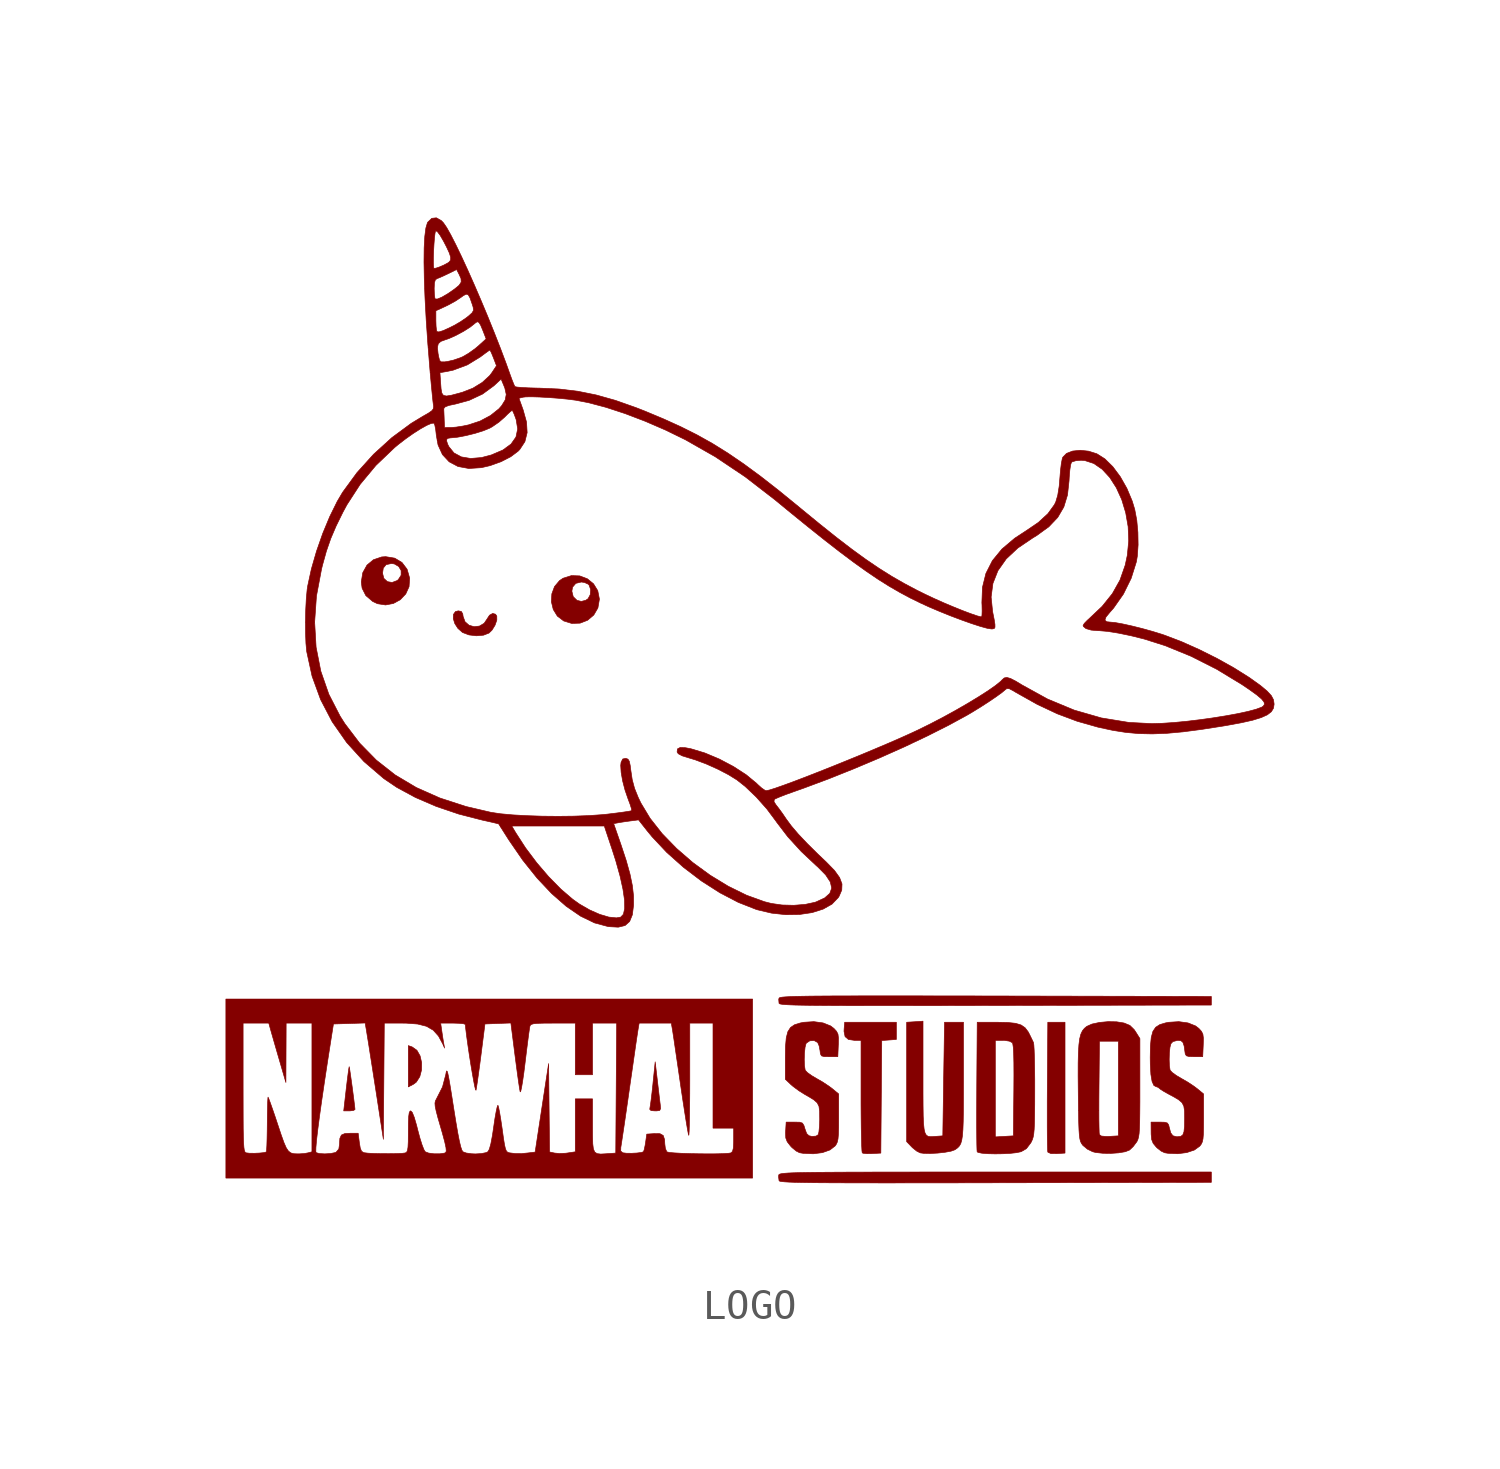
<source format=kicad_sym>
(kicad_symbol_lib
  (version 20210619)
  (generator bitmap2component)
  (symbol "LOGO"
    (pin_names
      (offset 1.016))
    (property "Reference" "#G"
      (at 0 20.162 0)
      (effects (font (size 1.27 1.27)) hide))
    (symbol "LOGO_0_0"
      (polyline (pts (xy 5.846 -17.662) (xy 6.695 -17.662) (xy 7.647 -17.66) (xy 8.707 -17.658) (xy 15.825 -17.644) (xy 15.825 -17.303) (xy 8.078 -17.303) (xy 7.093 -17.303) (xy 6.212 -17.303) (xy 5.43 -17.304) (xy 4.741 -17.305) (xy 4.139 -17.306) (xy 3.617 -17.308) (xy 3.171 -17.311) (xy 2.794 -17.314) (xy 2.48 -17.318) (xy 2.224 -17.323) (xy 2.019 -17.329) (xy 1.861 -17.336) (xy 1.742 -17.345) (xy 1.658 -17.354) (xy 1.602 -17.365) (xy 1.568 -17.377) (xy 1.551 -17.39) (xy 1.544 -17.405) (xy 1.539 -17.464) (xy 1.556 -17.59) (xy 1.563 -17.598) (xy 1.593 -17.609) (xy 1.653 -17.619) (xy 1.747 -17.628) (xy 1.882 -17.636) (xy 2.063 -17.643) (xy 2.296 -17.648) (xy 2.586 -17.653) (xy 2.939 -17.657) (xy 3.361 -17.659) (xy 3.857 -17.661) (xy 4.432 -17.662) (xy 5.094 -17.663) (xy 5.846 -17.662)) (stroke (width 0.01)) (fill (type outline)))
      (polyline (pts (xy 0.682 -11.592) (xy -16.706 -11.592) (xy -16.706 -12.387) (xy -16.138 -12.387) (xy -15.29 -12.387) (xy -15.231 -12.601) (xy -15.225 -12.621) (xy -15.181 -12.775) (xy -15.115 -13.005) (xy -15.035 -13.282) (xy -14.948 -13.581) (xy -14.725 -14.348) (xy -14.717 -12.387) (xy -13.865 -12.387) (xy -13.865 -16.63) (xy -13.737 -16.63) (xy -13.734 -16.491) (xy -13.713 -16.247) (xy -13.673 -15.905) (xy -13.616 -15.468) (xy -13.542 -14.941) (xy -13.452 -14.329) (xy -13.347 -13.638) (xy -13.227 -12.87) (xy -13.155 -12.416) (xy -12.632 -12.4) (xy -12.109 -12.383) (xy -12.077 -12.57) (xy -12.07 -12.607) (xy -12.042 -12.784) (xy -11.999 -13.047) (xy -11.947 -13.379) (xy -11.887 -13.76) (xy -11.823 -14.171) (xy -11.757 -14.594) (xy -11.693 -15.009) (xy -11.633 -15.399) (xy -11.507 -16.223) (xy -11.492 -14.305) (xy -11.477 -12.387) (xy -10.879 -12.387) (xy -10.748 -12.389) (xy -10.373 -12.418) (xy -10.084 -12.492) (xy -9.861 -12.621) (xy -9.688 -12.813) (xy -9.545 -13.078) (xy -9.487 -13.211) (xy -9.512 -13.069) (xy -9.521 -13.023) (xy -9.548 -12.852) (xy -9.577 -12.657) (xy -9.616 -12.387) (xy -9.212 -12.387) (xy -9.191 -12.387) (xy -8.997 -12.394) (xy -8.858 -12.409) (xy -8.803 -12.43) (xy -8.789 -12.568) (xy -8.757 -12.829) (xy -8.716 -13.124) (xy -8.67 -13.435) (xy -8.622 -13.743) (xy -8.574 -14.03) (xy -8.53 -14.278) (xy -8.493 -14.469) (xy -8.465 -14.583) (xy -8.449 -14.604) (xy -8.434 -14.521) (xy -8.406 -14.339) (xy -8.37 -14.084) (xy -8.328 -13.777) (xy -8.284 -13.439) (xy -8.154 -12.416) (xy -7.726 -12.399) (xy -7.298 -12.383) (xy -7.162 -13.451) (xy -7.118 -13.79) (xy -7.076 -14.103) (xy -7.039 -14.365) (xy -7.01 -14.555) (xy -6.992 -14.652) (xy -6.99 -14.657) (xy -6.971 -14.631) (xy -6.944 -14.508) (xy -6.909 -14.3) (xy -6.869 -14.021) (xy -6.827 -13.686) (xy -6.824 -13.659) (xy -6.782 -13.314) (xy -6.743 -13.005) (xy -6.71 -12.752) (xy -6.684 -12.572) (xy -6.669 -12.487) (xy -6.661 -12.466) (xy -6.626 -12.431) (xy -6.551 -12.409) (xy -6.419 -12.395) (xy -6.21 -12.389) (xy -5.906 -12.387) (xy -5.171 -12.387) (xy -5.171 -14.092) (xy -4.603 -14.092) (xy -4.603 -12.387) (xy -3.806 -12.387) (xy -3.835 -16.61) (xy -3.672 -16.61) (xy -3.669 -16.488) (xy -3.663 -16.456) (xy -3.641 -16.314) (xy -3.606 -16.081) (xy -3.56 -15.774) (xy -3.506 -15.405) (xy -3.446 -14.991) (xy -3.383 -14.547) (xy -3.352 -14.331) (xy -3.289 -13.896) (xy -3.232 -13.498) (xy -3.182 -13.151) (xy -3.141 -12.871) (xy -3.111 -12.673) (xy -3.095 -12.572) (xy -3.063 -12.387) (xy -2.002 -12.387) (xy -1.97 -12.572) (xy -1.967 -12.585) (xy -1.948 -12.709) (xy -1.915 -12.926) (xy -1.872 -13.221) (xy -1.82 -13.576) (xy -1.761 -13.976) (xy -1.699 -14.405) (xy -1.682 -14.521) (xy -1.621 -14.933) (xy -1.564 -15.303) (xy -1.514 -15.619) (xy -1.473 -15.866) (xy -1.443 -16.028) (xy -1.426 -16.092) (xy -1.421 -16.073) (xy -1.413 -15.958) (xy -1.406 -15.751) (xy -1.4 -15.464) (xy -1.396 -15.112) (xy -1.393 -14.706) (xy -1.392 -14.26) (xy -1.392 -12.387) (xy -0.625 -12.387) (xy -0.625 -15.854) (xy 0.057 -15.854) (xy 0.057 -16.245) (xy 0.056 -16.325) (xy 0.046 -16.516) (xy 0.018 -16.624) (xy -0.032 -16.671) (xy -0.098 -16.683) (xy -0.263 -16.695) (xy -0.497 -16.702) (xy -0.777 -16.704) (xy -1.081 -16.701) (xy -1.384 -16.695) (xy -1.665 -16.685) (xy -1.9 -16.672) (xy -2.068 -16.657) (xy -2.144 -16.638) (xy -2.152 -16.63) (xy -2.198 -16.526) (xy -2.217 -16.372) (xy -2.224 -16.232) (xy -2.269 -16.097) (xy -2.375 -16.038) (xy -2.562 -16.035) (xy -2.812 -16.052) (xy -2.851 -16.328) (xy -2.866 -16.421) (xy -2.896 -16.564) (xy -2.921 -16.634) (xy -2.993 -16.658) (xy -3.138 -16.676) (xy -3.316 -16.685) (xy -3.483 -16.683) (xy -3.598 -16.669) (xy -3.605 -16.667) (xy -3.672 -16.61) (xy -3.835 -16.61) (xy -3.836 -16.678) (xy -4.087 -16.695) (xy -4.166 -16.701) (xy -4.333 -16.71) (xy -4.451 -16.696) (xy -4.528 -16.646) (xy -4.574 -16.543) (xy -4.595 -16.373) (xy -4.602 -16.119) (xy -4.603 -15.767) (xy -4.603 -14.888) (xy -5.171 -14.888) (xy -5.171 -16.636) (xy -5.429 -16.675) (xy -5.49 -16.683) (xy -5.692 -16.692) (xy -5.855 -16.677) (xy -6.021 -16.641) (xy -6.037 -15.182) (xy -6.052 -13.723) (xy -6.497 -16.645) (xy -6.729 -16.673) (xy -6.942 -16.694) (xy -7.143 -16.695) (xy -7.334 -16.671) (xy -7.342 -16.67) (xy -7.399 -16.653) (xy -7.442 -16.616) (xy -7.476 -16.54) (xy -7.507 -16.407) (xy -7.541 -16.197) (xy -7.583 -15.894) (xy -7.592 -15.832) (xy -7.633 -15.558) (xy -7.671 -15.33) (xy -7.703 -15.17) (xy -7.724 -15.101) (xy -7.729 -15.101) (xy -7.753 -15.165) (xy -7.786 -15.318) (xy -7.825 -15.539) (xy -7.865 -15.811) (xy -7.906 -16.09) (xy -7.959 -16.371) (xy -8.009 -16.55) (xy -8.058 -16.635) (xy -8.118 -16.663) (xy -8.273 -16.694) (xy -8.467 -16.706) (xy -8.598 -16.7) (xy -8.772 -16.675) (xy -8.88 -16.635) (xy -8.915 -16.582) (xy -8.954 -16.467) (xy -8.999 -16.279) (xy -9.052 -16.008) (xy -9.114 -15.645) (xy -9.189 -15.179) (xy -9.251 -14.783) (xy -9.304 -14.452) (xy -9.345 -14.215) (xy -9.376 -14.061) (xy -9.399 -13.982) (xy -9.418 -13.966) (xy -9.432 -14.004) (xy -9.447 -14.087) (xy -9.554 -14.493) (xy -9.771 -14.921) (xy -9.79 -14.957) (xy -9.804 -15.028) (xy -9.797 -15.131) (xy -9.765 -15.287) (xy -9.706 -15.513) (xy -9.614 -15.829) (xy -9.559 -16.02) (xy -9.483 -16.302) (xy -9.441 -16.495) (xy -9.431 -16.611) (xy -9.45 -16.661) (xy -9.494 -16.68) (xy -9.647 -16.702) (xy -9.836 -16.701) (xy -10.012 -16.678) (xy -10.125 -16.635) (xy -10.167 -16.567) (xy -10.23 -16.407) (xy -10.3 -16.185) (xy -10.37 -15.925) (xy -10.41 -15.764) (xy -10.488 -15.497) (xy -10.552 -15.338) (xy -10.604 -15.285) (xy -10.627 -15.293) (xy -10.654 -15.347) (xy -10.671 -15.466) (xy -10.68 -15.666) (xy -10.683 -15.963) (xy -10.683 -16.032) (xy -10.685 -16.302) (xy -10.694 -16.481) (xy -10.711 -16.59) (xy -10.74 -16.648) (xy -10.783 -16.673) (xy -10.786 -16.674) (xy -10.894 -16.687) (xy -11.082 -16.695) (xy -11.319 -16.698) (xy -11.575 -16.697) (xy -11.818 -16.691) (xy -12.016 -16.681) (xy -12.14 -16.666) (xy -12.157 -16.662) (xy -12.226 -16.618) (xy -12.269 -16.518) (xy -12.3 -16.332) (xy -12.339 -16.024) (xy -12.613 -16.024) (xy -12.781 -16.034) (xy -12.893 -16.083) (xy -12.944 -16.195) (xy -12.956 -16.396) (xy -12.978 -16.544) (xy -13.066 -16.647) (xy -13.101 -16.662) (xy -13.254 -16.693) (xy -13.442 -16.704) (xy -13.617 -16.694) (xy -13.729 -16.663) (xy -13.737 -16.63) (xy -13.865 -16.63) (xy -13.865 -16.636) (xy -13.993 -16.67) (xy -14.119 -16.693) (xy -14.291 -16.704) (xy -14.337 -16.704) (xy -14.463 -16.699) (xy -14.56 -16.673) (xy -14.64 -16.613) (xy -14.713 -16.505) (xy -14.789 -16.332) (xy -14.879 -16.081) (xy -14.994 -15.736) (xy -15.07 -15.507) (xy -15.162 -15.238) (xy -15.238 -15.023) (xy -15.29 -14.882) (xy -15.314 -14.831) (xy -15.318 -14.851) (xy -15.325 -14.964) (xy -15.331 -15.159) (xy -15.336 -15.419) (xy -15.339 -15.722) (xy -15.341 -15.906) (xy -15.346 -16.19) (xy -15.353 -16.421) (xy -15.362 -16.577) (xy -15.371 -16.64) (xy -15.371 -16.64) (xy -15.446 -16.662) (xy -15.592 -16.677) (xy -15.767 -16.685) (xy -15.93 -16.683) (xy -16.038 -16.67) (xy -16.06 -16.66) (xy -16.081 -16.631) (xy -16.099 -16.576) (xy -16.112 -16.482) (xy -16.122 -16.339) (xy -16.129 -16.137) (xy -16.134 -15.864) (xy -16.136 -15.51) (xy -16.137 -15.063) (xy -16.138 -14.514) (xy -16.138 -12.387) (xy -16.706 -12.387) (xy -16.706 -17.502) (xy 0.682 -17.502) (xy 0.682 -11.592)) (stroke (width 0.01)) (fill (type outline)))
      (polyline (pts (xy 2.986 -16.663) (xy 3.236 -16.574) (xy 3.407 -16.441) (xy 3.44 -16.394) (xy 3.477 -16.317) (xy 3.501 -16.211) (xy 3.515 -16.055) (xy 3.522 -15.828) (xy 3.523 -15.509) (xy 3.523 -14.726) (xy 3.315 -14.554) (xy 3.201 -14.469) (xy 2.994 -14.332) (xy 2.781 -14.209) (xy 2.623 -14.116) (xy 2.487 -14.017) (xy 2.421 -13.945) (xy 2.417 -13.934) (xy 2.394 -13.791) (xy 2.387 -13.59) (xy 2.394 -13.374) (xy 2.414 -13.184) (xy 2.445 -13.066) (xy 2.458 -13.046) (xy 2.57 -12.971) (xy 2.713 -12.963) (xy 2.83 -13.027) (xy 2.833 -13.032) (xy 2.879 -13.142) (xy 2.908 -13.297) (xy 2.921 -13.402) (xy 2.956 -13.468) (xy 3.042 -13.492) (xy 3.211 -13.495) (xy 3.495 -13.495) (xy 3.511 -13.11) (xy 3.513 -13.08) (xy 3.516 -12.88) (xy 3.5 -12.752) (xy 3.453 -12.659) (xy 3.366 -12.563) (xy 3.257 -12.48) (xy 3.009 -12.381) (xy 2.704 -12.339) (xy 2.373 -12.36) (xy 2.251 -12.384) (xy 2.066 -12.442) (xy 1.934 -12.532) (xy 1.846 -12.67) (xy 1.793 -12.873) (xy 1.768 -13.157) (xy 1.762 -13.538) (xy 1.762 -14.24) (xy 1.946 -14.415) (xy 2.024 -14.482) (xy 2.215 -14.623) (xy 2.415 -14.748) (xy 2.511 -14.802) (xy 2.699 -14.916) (xy 2.814 -15.017) (xy 2.873 -15.133) (xy 2.894 -15.296) (xy 2.897 -15.536) (xy 2.897 -15.593) (xy 2.888 -15.811) (xy 2.871 -15.982) (xy 2.848 -16.071) (xy 2.775 -16.118) (xy 2.638 -16.128) (xy 2.542 -16.105) (xy 2.467 -16.034) (xy 2.411 -15.882) (xy 2.376 -15.767) (xy 2.327 -15.688) (xy 2.236 -15.659) (xy 2.069 -15.655) (xy 1.79 -15.655) (xy 1.773 -15.948) (xy 1.77 -16.011) (xy 1.777 -16.179) (xy 1.825 -16.304) (xy 1.932 -16.442) (xy 1.984 -16.497) (xy 2.121 -16.61) (xy 2.233 -16.666) (xy 2.346 -16.685) (xy 2.68 -16.701) (xy 2.986 -16.663)) (stroke (width 0.01)) (fill (type outline)))
      (polyline (pts (xy 4.629 -16.694) (xy 4.915 -16.678) (xy 4.93 -14.82) (xy 4.945 -12.962) (xy 5.427 -12.927) (xy 5.427 -12.359) (xy 3.722 -12.359) (xy 3.704 -12.576) (xy 3.7 -12.659) (xy 3.735 -12.833) (xy 3.845 -12.927) (xy 4.041 -12.956) (xy 4.262 -12.956) (xy 4.262 -14.793) (xy 4.262 -15.06) (xy 4.265 -15.486) (xy 4.269 -15.868) (xy 4.276 -16.191) (xy 4.283 -16.442) (xy 4.292 -16.606) (xy 4.302 -16.671) (xy 4.334 -16.684) (xy 4.457 -16.697) (xy 4.629 -16.694)) (stroke (width 0.01)) (fill (type outline)))
      (polyline (pts (xy 6.792 -16.678) (xy 7.034 -16.651) (xy 7.235 -16.614) (xy 7.359 -16.569) (xy 7.385 -16.552) (xy 7.454 -16.501) (xy 7.509 -16.442) (xy 7.553 -16.365) (xy 7.585 -16.256) (xy 7.609 -16.105) (xy 7.625 -15.898) (xy 7.635 -15.626) (xy 7.64 -15.275) (xy 7.642 -14.834) (xy 7.643 -14.291) (xy 7.643 -12.359) (xy 7.018 -12.359) (xy 6.989 -14.234) (xy 6.961 -16.109) (xy 6.715 -16.127) (xy 6.645 -16.132) (xy 6.55 -16.136) (xy 6.475 -16.125) (xy 6.417 -16.087) (xy 6.374 -16.012) (xy 6.344 -15.888) (xy 6.325 -15.706) (xy 6.314 -15.454) (xy 6.309 -15.12) (xy 6.307 -14.695) (xy 6.307 -14.167) (xy 6.307 -12.324) (xy 6.037 -12.342) (xy 5.768 -12.359) (xy 5.768 -16.301) (xy 5.932 -16.472) (xy 5.964 -16.504) (xy 6.1 -16.613) (xy 6.216 -16.671) (xy 6.33 -16.686) (xy 6.546 -16.691) (xy 6.792 -16.678)) (stroke (width 0.01)) (fill (type outline)))
      (polyline (pts (xy 8.94 -16.7) (xy 9.187 -16.687) (xy 9.397 -16.664) (xy 9.546 -16.632) (xy 9.72 -16.532) (xy 9.868 -16.337) (xy 9.884 -16.306) (xy 9.918 -16.233) (xy 9.944 -16.149) (xy 9.963 -16.042) (xy 9.977 -15.895) (xy 9.986 -15.694) (xy 9.991 -15.424) (xy 9.995 -15.07) (xy 9.996 -14.617) (xy 9.996 -14.247) (xy 9.992 -13.873) (xy 9.986 -13.547) (xy 9.977 -13.287) (xy 9.966 -13.108) (xy 9.953 -13.026) (xy 9.898 -12.912) (xy 9.825 -12.762) (xy 9.78 -12.676) (xy 9.678 -12.541) (xy 9.546 -12.45) (xy 9.363 -12.394) (xy 9.108 -12.367) (xy 8.761 -12.359) (xy 8.097 -12.359) (xy 8.082 -14.461) (xy 8.082 -14.481) (xy 8.08 -14.96) (xy 8.079 -15.403) (xy 8.079 -15.798) (xy 8.081 -16.132) (xy 8.081 -16.144) (xy 8.694 -16.144) (xy 8.694 -12.956) (xy 8.943 -12.956) (xy 8.995 -12.957) (xy 9.159 -12.983) (xy 9.256 -13.034) (xy 9.27 -13.066) (xy 9.288 -13.186) (xy 9.3 -13.394) (xy 9.307 -13.697) (xy 9.309 -14.1) (xy 9.306 -14.611) (xy 9.291 -16.109) (xy 8.992 -16.127) (xy 8.694 -16.144) (xy 8.081 -16.144) (xy 8.084 -16.392) (xy 8.089 -16.563) (xy 8.095 -16.635) (xy 8.126 -16.656) (xy 8.251 -16.682) (xy 8.446 -16.698) (xy 8.685 -16.704) (xy 8.94 -16.7)) (stroke (width 0.01)) (fill (type outline)))
      (polyline (pts (xy 10.995 -16.678) (xy 10.995 -12.359) (xy 10.427 -12.359) (xy 10.412 -14.461) (xy 10.412 -14.481) (xy 10.409 -14.96) (xy 10.409 -15.403) (xy 10.409 -15.799) (xy 10.411 -16.133) (xy 10.415 -16.393) (xy 10.42 -16.566) (xy 10.426 -16.638) (xy 10.434 -16.652) (xy 10.528 -16.692) (xy 10.725 -16.695) (xy 10.995 -16.678)) (stroke (width 0.01)) (fill (type outline)))
      (polyline (pts (xy 12.765 -16.67) (xy 12.983 -16.633) (xy 13.123 -16.578) (xy 13.127 -16.576) (xy 13.248 -16.46) (xy 13.36 -16.311) (xy 13.374 -16.288) (xy 13.402 -16.225) (xy 13.424 -16.144) (xy 13.441 -16.032) (xy 13.452 -15.874) (xy 13.46 -15.657) (xy 13.464 -15.367) (xy 13.467 -14.992) (xy 13.467 -14.516) (xy 13.467 -12.897) (xy 13.326 -12.673) (xy 13.278 -12.602) (xy 13.136 -12.463) (xy 12.942 -12.383) (xy 12.94 -12.383) (xy 12.697 -12.344) (xy 12.416 -12.339) (xy 12.133 -12.365) (xy 11.886 -12.418) (xy 11.714 -12.495) (xy 11.636 -12.559) (xy 11.57 -12.642) (xy 11.518 -12.751) (xy 11.48 -12.9) (xy 11.454 -13.101) (xy 11.437 -13.367) (xy 11.429 -13.708) (xy 11.428 -14.139) (xy 11.433 -14.671) (xy 11.436 -14.978) (xy 11.44 -15.264) (xy 12.113 -15.264) (xy 12.114 -14.894) (xy 12.117 -14.489) (xy 12.132 -12.984) (xy 12.757 -12.984) (xy 12.757 -16.109) (xy 12.458 -16.127) (xy 12.357 -16.13) (xy 12.197 -16.116) (xy 12.13 -16.069) (xy 12.123 -16) (xy 12.118 -15.832) (xy 12.114 -15.582) (xy 12.113 -15.264) (xy 11.44 -15.264) (xy 11.442 -15.379) (xy 11.448 -15.688) (xy 11.457 -15.92) (xy 11.469 -16.088) (xy 11.485 -16.207) (xy 11.506 -16.29) (xy 11.534 -16.351) (xy 11.57 -16.404) (xy 11.586 -16.424) (xy 11.733 -16.547) (xy 11.911 -16.634) (xy 12.012 -16.659) (xy 12.245 -16.684) (xy 12.508 -16.688) (xy 12.765 -16.67)) (stroke (width 0.01)) (fill (type outline)))
      (polyline (pts (xy 15.014 -16.661) (xy 15.267 -16.576) (xy 15.442 -16.45) (xy 15.491 -16.386) (xy 15.527 -16.311) (xy 15.55 -16.208) (xy 15.563 -16.055) (xy 15.568 -15.831) (xy 15.57 -15.514) (xy 15.57 -14.726) (xy 15.361 -14.554) (xy 15.248 -14.469) (xy 15.041 -14.332) (xy 14.827 -14.209) (xy 14.67 -14.116) (xy 14.533 -14.017) (xy 14.467 -13.945) (xy 14.463 -13.934) (xy 14.441 -13.791) (xy 14.434 -13.59) (xy 14.44 -13.374) (xy 14.46 -13.184) (xy 14.492 -13.066) (xy 14.558 -12.996) (xy 14.718 -12.956) (xy 14.722 -12.956) (xy 14.825 -12.969) (xy 14.888 -13.024) (xy 14.928 -13.144) (xy 14.957 -13.353) (xy 14.965 -13.405) (xy 15 -13.465) (xy 15.087 -13.49) (xy 15.257 -13.495) (xy 15.541 -13.495) (xy 15.558 -13.11) (xy 15.559 -13.08) (xy 15.563 -12.88) (xy 15.546 -12.752) (xy 15.499 -12.659) (xy 15.413 -12.563) (xy 15.304 -12.48) (xy 15.055 -12.381) (xy 14.751 -12.339) (xy 14.42 -12.36) (xy 14.318 -12.379) (xy 14.126 -12.436) (xy 13.989 -12.524) (xy 13.897 -12.66) (xy 13.842 -12.86) (xy 13.815 -13.141) (xy 13.808 -13.518) (xy 13.811 -13.746) (xy 13.83 -14.081) (xy 13.869 -14.312) (xy 13.929 -14.446) (xy 14.011 -14.49) (xy 14.036 -14.492) (xy 14.102 -14.533) (xy 14.146 -14.571) (xy 14.266 -14.647) (xy 14.433 -14.74) (xy 14.543 -14.798) (xy 14.737 -14.91) (xy 14.855 -15.01) (xy 14.917 -15.126) (xy 14.941 -15.285) (xy 14.944 -15.517) (xy 14.944 -15.525) (xy 14.94 -15.797) (xy 14.922 -15.975) (xy 14.883 -16.078) (xy 14.816 -16.126) (xy 14.714 -16.138) (xy 14.671 -16.137) (xy 14.556 -16.105) (xy 14.486 -16.011) (xy 14.436 -15.83) (xy 14.418 -15.753) (xy 14.376 -15.686) (xy 14.287 -15.66) (xy 14.118 -15.655) (xy 13.836 -15.655) (xy 13.838 -15.979) (xy 13.839 -16.056) (xy 13.856 -16.231) (xy 13.905 -16.355) (xy 14.002 -16.473) (xy 14.033 -16.505) (xy 14.169 -16.612) (xy 14.285 -16.667) (xy 14.391 -16.684) (xy 14.713 -16.699) (xy 15.014 -16.661)) (stroke (width 0.01)) (fill (type outline)))
      (polyline (pts (xy 5.857 -11.81) (xy 6.703 -11.809) (xy 7.651 -11.807) (xy 8.707 -11.805) (xy 15.825 -11.791) (xy 15.825 -11.507) (xy 8.707 -11.492) (xy 7.669 -11.49) (xy 6.719 -11.489) (xy 5.872 -11.488) (xy 5.121 -11.487) (xy 4.461 -11.488) (xy 3.886 -11.489) (xy 3.391 -11.49) (xy 2.97 -11.493) (xy 2.616 -11.496) (xy 2.325 -11.501) (xy 2.091 -11.506) (xy 1.908 -11.513) (xy 1.77 -11.521) (xy 1.671 -11.529) (xy 1.606 -11.539) (xy 1.569 -11.551) (xy 1.555 -11.563) (xy 1.544 -11.606) (xy 1.555 -11.734) (xy 1.569 -11.747) (xy 1.605 -11.758) (xy 1.669 -11.768) (xy 1.768 -11.777) (xy 1.905 -11.784) (xy 2.087 -11.791) (xy 2.321 -11.796) (xy 2.611 -11.801) (xy 2.963 -11.804) (xy 3.383 -11.807) (xy 3.877 -11.809) (xy 4.45 -11.81) (xy 5.108 -11.81) (xy 5.857 -11.81)) (stroke (width 0.01)) (fill (type outline)))
      (polyline (pts (xy -3.529 -9.166) (xy -3.378 -9.033) (xy -3.288 -8.812) (xy -3.248 -8.493) (xy -3.249 -8.19) (xy -3.287 -7.85) (xy -3.366 -7.467) (xy -3.49 -7.022) (xy -3.664 -6.495) (xy -3.905 -5.802) (xy -3.757 -5.774) (xy -3.714 -5.766) (xy -3.541 -5.739) (xy -3.345 -5.712) (xy -3.083 -5.678) (xy -2.796 -6.043) (xy -2.635 -6.238) (xy -2.15 -6.754) (xy -1.6 -7.244) (xy -1.01 -7.693) (xy -0.399 -8.084) (xy 0.21 -8.402) (xy 0.795 -8.632) (xy 0.839 -8.646) (xy 1.31 -8.757) (xy 1.78 -8.808) (xy 2.231 -8.801) (xy 2.647 -8.739) (xy 3.01 -8.624) (xy 3.303 -8.459) (xy 3.509 -8.245) (xy 3.536 -8.202) (xy 3.625 -7.996) (xy 3.633 -7.794) (xy 3.553 -7.582) (xy 3.383 -7.346) (xy 3.116 -7.072) (xy 2.846 -6.816) (xy 2.479 -6.453) (xy 2.188 -6.145) (xy 1.962 -5.88) (xy 1.793 -5.651) (xy 1.669 -5.468) (xy 1.545 -5.298) (xy 1.456 -5.184) (xy 1.389 -5.082) (xy 1.396 -5.004) (xy 1.44 -4.979) (xy 1.577 -4.92) (xy 1.777 -4.842) (xy 2.017 -4.756) (xy 2.364 -4.633) (xy 3.185 -4.327) (xy 4.025 -3.991) (xy 4.862 -3.638) (xy 5.676 -3.275) (xy 6.443 -2.912) (xy 7.144 -2.559) (xy 7.756 -2.226) (xy 7.934 -2.121) (xy 8.206 -1.954) (xy 8.475 -1.78) (xy 8.717 -1.616) (xy 8.909 -1.477) (xy 9.026 -1.379) (xy 9.072 -1.345) (xy 9.152 -1.347) (xy 9.282 -1.414) (xy 9.383 -1.475) (xy 10.078 -1.865) (xy 10.739 -2.176) (xy 11.395 -2.422) (xy 12.075 -2.615) (xy 12.121 -2.626) (xy 12.572 -2.723) (xy 13.003 -2.791) (xy 13.432 -2.83) (xy 13.877 -2.84) (xy 14.357 -2.821) (xy 14.891 -2.772) (xy 15.497 -2.693) (xy 16.195 -2.584) (xy 16.343 -2.559) (xy 16.816 -2.472) (xy 17.189 -2.388) (xy 17.472 -2.301) (xy 17.674 -2.21) (xy 17.806 -2.108) (xy 17.877 -1.992) (xy 17.898 -1.857) (xy 17.878 -1.714) (xy 17.806 -1.577) (xy 17.667 -1.426) (xy 17.445 -1.241) (xy 17.079 -0.979) (xy 16.576 -0.663) (xy 16.017 -0.351) (xy 15.429 -0.057) (xy 14.842 0.205) (xy 14.286 0.417) (xy 14.195 0.448) (xy 13.88 0.545) (xy 13.541 0.639) (xy 13.205 0.723) (xy 12.898 0.791) (xy 12.647 0.836) (xy 12.477 0.852) (xy 12.372 0.863) (xy 12.312 0.915) (xy 12.347 1.017) (xy 12.477 1.175) (xy 12.598 1.312) (xy 12.923 1.776) (xy 13.18 2.298) (xy 13.351 2.841) (xy 13.382 3.028) (xy 13.408 3.4) (xy 13.401 3.81) (xy 13.364 4.215) (xy 13.297 4.571) (xy 13.213 4.848) (xy 13.038 5.265) (xy 12.82 5.65) (xy 12.573 5.982) (xy 12.31 6.241) (xy 12.046 6.408) (xy 12.046 6.408) (xy 11.772 6.494) (xy 11.496 6.523) (xy 11.244 6.497) (xy 11.044 6.419) (xy 10.921 6.292) (xy 10.905 6.246) (xy 10.874 6.088) (xy 10.847 5.867) (xy 10.826 5.614) (xy 10.804 5.345) (xy 10.755 5.038) (xy 10.69 4.819) (xy 10.646 4.728) (xy 10.431 4.431) (xy 10.113 4.139) (xy 9.702 3.86) (xy 9.334 3.619) (xy 8.913 3.263) (xy 8.597 2.878) (xy 8.384 2.458) (xy 8.27 1.998) (xy 8.251 1.492) (xy 8.255 1.414) (xy 8.259 1.214) (xy 8.254 1.075) (xy 8.241 1.023) (xy 8.222 1.024) (xy 8.091 1.058) (xy 7.882 1.13) (xy 7.617 1.23) (xy 7.314 1.352) (xy 6.996 1.486) (xy 6.682 1.626) (xy 6.393 1.762) (xy 6.117 1.898) (xy 5.687 2.126) (xy 5.269 2.366) (xy 4.851 2.629) (xy 4.418 2.923) (xy 3.957 3.258) (xy 3.455 3.643) (xy 2.898 4.088) (xy 2.272 4.601) (xy 2.188 4.671) (xy 1.53 5.207) (xy 0.934 5.672) (xy 0.383 6.077) (xy -0.139 6.433) (xy -0.647 6.749) (xy -1.159 7.035) (xy -1.69 7.301) (xy -2.257 7.558) (xy -2.874 7.816) (xy -3.168 7.931) (xy -3.851 8.172) (xy -4.484 8.35) (xy -5.095 8.473) (xy -5.712 8.546) (xy -6.364 8.575) (xy -6.437 8.576) (xy -6.713 8.584) (xy -6.94 8.596) (xy -7.098 8.61) (xy -7.165 8.626) (xy -7.165 8.626) (xy -7.199 8.697) (xy -7.258 8.844) (xy -7.328 9.035) (xy -7.449 9.374) (xy -7.637 9.874) (xy -7.842 10.397) (xy -8.058 10.932) (xy -8.281 11.464) (xy -8.503 11.98) (xy -8.72 12.469) (xy -8.926 12.916) (xy -9.115 13.309) (xy -9.281 13.634) (xy -9.419 13.879) (xy -9.523 14.031) (xy -9.594 14.105) (xy -9.757 14.197) (xy -9.909 14.18) (xy -10.041 14.054) (xy -10.053 14.033) (xy -10.104 13.861) (xy -10.14 13.583) (xy -10.161 13.206) (xy -10.166 12.735) (xy -10.165 12.686) (xy -9.857 12.686) (xy -9.856 12.876) (xy -9.849 13.101) (xy -9.836 13.333) (xy -9.82 13.541) (xy -9.801 13.695) (xy -9.781 13.767) (xy -9.778 13.769) (xy -9.723 13.739) (xy -9.634 13.621) (xy -9.523 13.43) (xy -9.425 13.242) (xy -9.329 13.035) (xy -9.285 12.895) (xy -9.288 12.802) (xy -9.334 12.74) (xy -9.38 12.707) (xy -9.507 12.639) (xy -9.652 12.576) (xy -9.776 12.534) (xy -9.84 12.53) (xy -9.849 12.561) (xy -9.857 12.686) (xy -10.165 12.686) (xy -10.156 12.176) (xy -10.145 11.865) (xy -9.83 11.865) (xy -9.822 12.05) (xy -9.791 12.15) (xy -9.731 12.193) (xy -9.679 12.211) (xy -9.534 12.274) (xy -9.36 12.356) (xy -9.089 12.49) (xy -9.005 12.328) (xy -8.944 12.191) (xy -8.938 12.075) (xy -9.007 11.969) (xy -9.165 11.84) (xy -9.384 11.689) (xy -9.575 11.578) (xy -9.719 11.518) (xy -9.795 11.518) (xy -9.809 11.556) (xy -9.824 11.682) (xy -9.83 11.859) (xy -9.83 11.865) (xy -10.145 11.865) (xy -10.132 11.534) (xy -10.11 11.129) (xy -9.774 11.129) (xy -9.462 11.272) (xy -9.334 11.335) (xy -9.117 11.456) (xy -8.946 11.57) (xy -8.873 11.624) (xy -8.774 11.677) (xy -8.706 11.656) (xy -8.647 11.552) (xy -8.576 11.35) (xy -8.543 11.246) (xy -8.531 11.143) (xy -8.578 11.061) (xy -8.696 10.954) (xy -8.765 10.9) (xy -8.963 10.765) (xy -9.166 10.647) (xy -9.326 10.567) (xy -9.54 10.471) (xy -9.674 10.43) (xy -9.739 10.44) (xy -9.754 10.486) (xy -9.768 10.619) (xy -9.774 10.802) (xy -9.774 11.129) (xy -10.11 11.129) (xy -10.093 10.817) (xy -10.039 10.029) (xy -10.029 9.915) (xy -9.723 9.915) (xy -9.695 10.039) (xy -9.611 10.117) (xy -9.459 10.172) (xy -9.343 10.211) (xy -9.11 10.316) (xy -8.862 10.449) (xy -8.642 10.588) (xy -8.488 10.711) (xy -8.478 10.72) (xy -8.411 10.766) (xy -8.355 10.747) (xy -8.294 10.649) (xy -8.214 10.456) (xy -8.115 10.2) (xy -8.373 9.966) (xy -8.486 9.872) (xy -8.698 9.721) (xy -8.892 9.609) (xy -8.965 9.578) (xy -9.191 9.5) (xy -9.398 9.453) (xy -9.492 9.441) (xy -9.6 9.442) (xy -9.651 9.49) (xy -9.68 9.604) (xy -9.702 9.719) (xy -9.723 9.915) (xy -10.029 9.915) (xy -9.97 9.177) (xy -9.962 9.085) (xy -9.64 9.085) (xy -9.409 9.124) (xy -9.203 9.168) (xy -8.735 9.342) (xy -8.309 9.603) (xy -8.158 9.716) (xy -8.042 9.799) (xy -7.99 9.831) (xy -7.978 9.815) (xy -7.933 9.722) (xy -7.872 9.572) (xy -7.773 9.314) (xy -7.924 9.086) (xy -7.995 8.991) (xy -8.241 8.764) (xy -8.552 8.573) (xy -8.893 8.44) (xy -9.007 8.408) (xy -9.258 8.341) (xy -9.423 8.314) (xy -9.523 8.334) (xy -9.577 8.409) (xy -9.602 8.549) (xy -9.618 8.762) (xy -9.64 9.085) (xy -9.962 9.085) (xy -9.949 8.942) (xy -9.92 8.626) (xy -9.893 8.353) (xy -9.872 8.148) (xy -9.857 8.032) (xy -9.849 7.973) (xy -9.856 7.895) (xy -9.867 7.881) (xy -9.513 7.881) (xy -9.51 7.907) (xy -9.462 7.959) (xy -9.34 8.004) (xy -9.124 8.05) (xy -8.677 8.171) (xy -8.233 8.379) (xy -7.86 8.652) (xy -7.62 8.874) (xy -7.532 8.663) (xy -7.497 8.575) (xy -7.451 8.366) (xy -7.484 8.187) (xy -7.6 7.998) (xy -7.694 7.891) (xy -7.971 7.67) (xy -8.315 7.487) (xy -8.694 7.362) (xy -8.88 7.323) (xy -9.106 7.288) (xy -9.276 7.274) (xy -9.489 7.273) (xy -9.499 7.529) (xy -9.501 7.594) (xy -9.508 7.766) (xy -9.513 7.881) (xy -9.867 7.881) (xy -9.907 7.828) (xy -10.019 7.75) (xy -10.213 7.639) (xy -10.589 7.411) (xy -11.226 6.941) (xy -11.83 6.392) (xy -12.379 5.784) (xy -12.851 5.139) (xy -13.031 4.834) (xy -13.276 4.337) (xy -13.508 3.779) (xy -13.714 3.191) (xy -13.884 2.603) (xy -14.005 2.046) (xy -14.022 1.937) (xy -14.051 1.632) (xy -14.07 1.266) (xy -14.078 0.873) (xy -14.078 0.851) (xy -13.776 0.851) (xy -13.716 1.713) (xy -13.547 2.608) (xy -13.515 2.738) (xy -13.387 3.197) (xy -13.244 3.609) (xy -13.069 4.019) (xy -12.845 4.474) (xy -12.711 4.723) (xy -12.273 5.399) (xy -11.754 6.023) (xy -11.136 6.613) (xy -11.015 6.714) (xy -10.769 6.903) (xy -10.518 7.08) (xy -10.281 7.231) (xy -10.075 7.346) (xy -9.921 7.412) (xy -9.837 7.419) (xy -9.81 7.357) (xy -9.781 7.212) (xy -9.759 7.018) (xy -9.73 6.852) (xy -9.426 6.852) (xy -9.395 6.915) (xy -9.288 6.933) (xy -9.276 6.933) (xy -9.057 6.955) (xy -8.778 7.008) (xy -8.48 7.082) (xy -8.207 7.167) (xy -7.999 7.252) (xy -7.912 7.301) (xy -7.693 7.452) (xy -7.505 7.616) (xy -7.414 7.708) (xy -7.309 7.804) (xy -7.256 7.842) (xy -7.236 7.817) (xy -7.188 7.712) (xy -7.129 7.551) (xy -7.123 7.532) (xy -7.074 7.227) (xy -7.13 6.96) (xy -7.293 6.728) (xy -7.563 6.531) (xy -7.942 6.369) (xy -8.268 6.283) (xy -8.628 6.253) (xy -8.934 6.305) (xy -9.177 6.436) (xy -9.345 6.643) (xy -9.385 6.724) (xy -9.426 6.852) (xy -9.73 6.852) (xy -9.702 6.699) (xy -9.557 6.381) (xy -9.335 6.143) (xy -9.043 5.988) (xy -8.686 5.922) (xy -8.272 5.949) (xy -7.984 6.016) (xy -7.624 6.145) (xy -7.304 6.309) (xy -7.061 6.491) (xy -7.004 6.55) (xy -6.835 6.808) (xy -6.761 7.106) (xy -6.781 7.453) (xy -6.894 7.858) (xy -7.032 8.241) (xy -6.893 8.276) (xy -6.805 8.286) (xy -6.61 8.289) (xy -6.348 8.281) (xy -6.046 8.264) (xy -5.729 8.24) (xy -5.423 8.21) (xy -5.154 8.175) (xy -4.737 8.094) (xy -4.155 7.94) (xy -3.521 7.732) (xy -2.859 7.479) (xy -2.189 7.189) (xy -1.534 6.869) (xy -1.532 6.868) (xy -0.549 6.308) (xy 0.44 5.645) (xy 1.421 4.887) (xy 1.855 4.53) (xy 2.493 4.011) (xy 3.061 3.558) (xy 3.569 3.163) (xy 4.027 2.82) (xy 4.444 2.522) (xy 4.828 2.262) (xy 5.191 2.034) (xy 5.54 1.832) (xy 5.885 1.647) (xy 6.237 1.475) (xy 6.51 1.35) (xy 6.861 1.201) (xy 7.226 1.054) (xy 7.584 0.919) (xy 7.916 0.801) (xy 8.203 0.708) (xy 8.425 0.647) (xy 8.562 0.625) (xy 8.6 0.626) (xy 8.656 0.637) (xy 8.683 0.68) (xy 8.682 0.774) (xy 8.656 0.94) (xy 8.605 1.196) (xy 8.556 1.678) (xy 8.615 2.128) (xy 8.78 2.547) (xy 9.054 2.936) (xy 9.438 3.296) (xy 9.931 3.629) (xy 10.07 3.714) (xy 10.463 4) (xy 10.755 4.307) (xy 10.956 4.651) (xy 11.077 5.047) (xy 11.128 5.512) (xy 11.135 5.643) (xy 11.154 5.868) (xy 11.179 6.038) (xy 11.207 6.123) (xy 11.232 6.142) (xy 11.354 6.179) (xy 11.523 6.194) (xy 11.65 6.184) (xy 11.946 6.087) (xy 12.222 5.896) (xy 12.473 5.624) (xy 12.69 5.285) (xy 12.868 4.893) (xy 12.999 4.46) (xy 13.079 4.001) (xy 13.098 3.529) (xy 13.052 3.057) (xy 12.982 2.73) (xy 12.81 2.239) (xy 12.559 1.792) (xy 12.219 1.369) (xy 11.777 0.951) (xy 11.732 0.911) (xy 11.632 0.808) (xy 11.592 0.74) (xy 11.6 0.709) (xy 11.688 0.636) (xy 11.858 0.587) (xy 12.085 0.568) (xy 12.121 0.568) (xy 12.403 0.544) (xy 12.762 0.486) (xy 13.173 0.401) (xy 13.609 0.292) (xy 14.3 0.073) (xy 15.152 -0.275) (xy 16.004 -0.706) (xy 16.832 -1.208) (xy 17.085 -1.379) (xy 17.326 -1.553) (xy 17.483 -1.686) (xy 17.565 -1.787) (xy 17.58 -1.864) (xy 17.536 -1.927) (xy 17.484 -1.959) (xy 17.306 -2.025) (xy 17.042 -2.096) (xy 16.707 -2.169) (xy 16.32 -2.24) (xy 15.898 -2.308) (xy 15.458 -2.37) (xy 15.017 -2.423) (xy 14.592 -2.464) (xy 14.201 -2.49) (xy 13.86 -2.5) (xy 13.105 -2.461) (xy 12.197 -2.313) (xy 11.3 -2.055) (xy 10.421 -1.69) (xy 9.568 -1.22) (xy 9.376 -1.103) (xy 9.198 -1.011) (xy 9.075 -0.976) (xy 8.988 -0.993) (xy 8.915 -1.058) (xy 8.87 -1.106) (xy 8.702 -1.242) (xy 8.455 -1.415) (xy 8.143 -1.615) (xy 7.781 -1.834) (xy 7.386 -2.062) (xy 6.971 -2.29) (xy 6.553 -2.508) (xy 6.146 -2.709) (xy 5.936 -2.807) (xy 5.579 -2.968) (xy 5.173 -3.145) (xy 4.73 -3.333) (xy 4.265 -3.528) (xy 3.788 -3.723) (xy 3.314 -3.915) (xy 2.855 -4.097) (xy 2.423 -4.266) (xy 2.032 -4.415) (xy 1.694 -4.539) (xy 1.423 -4.634) (xy 1.23 -4.694) (xy 1.129 -4.715) (xy 1.091 -4.702) (xy 0.983 -4.629) (xy 0.852 -4.511) (xy 0.812 -4.471) (xy 0.469 -4.188) (xy 0.049 -3.916) (xy -0.415 -3.671) (xy -0.893 -3.47) (xy -1.352 -3.331) (xy -1.534 -3.296) (xy -1.71 -3.289) (xy -1.799 -3.336) (xy -1.81 -3.438) (xy -1.772 -3.495) (xy -1.643 -3.564) (xy -1.413 -3.635) (xy -1.203 -3.699) (xy -0.842 -3.835) (xy -0.466 -4.004) (xy -0.117 -4.185) (xy 0.164 -4.359) (xy 0.438 -4.576) (xy 0.803 -4.925) (xy 1.155 -5.321) (xy 1.463 -5.734) (xy 1.478 -5.757) (xy 1.843 -6.235) (xy 2.288 -6.722) (xy 2.787 -7.191) (xy 2.832 -7.23) (xy 3.094 -7.495) (xy 3.247 -7.727) (xy 3.293 -7.929) (xy 3.231 -8.104) (xy 3.061 -8.255) (xy 2.783 -8.384) (xy 2.739 -8.399) (xy 2.419 -8.468) (xy 2.043 -8.498) (xy 1.655 -8.488) (xy 1.3 -8.437) (xy 1.073 -8.379) (xy 0.483 -8.166) (xy -0.12 -7.87) (xy -0.719 -7.505) (xy -1.294 -7.085) (xy -1.828 -6.622) (xy -2.304 -6.132) (xy -2.702 -5.627) (xy -3.006 -5.122) (xy -3.094 -4.939) (xy -3.215 -4.639) (xy -3.292 -4.351) (xy -3.341 -4.025) (xy -3.359 -3.88) (xy -3.389 -3.742) (xy -3.433 -3.673) (xy -3.502 -3.648) (xy -3.506 -3.647) (xy -3.605 -3.668) (xy -3.66 -3.779) (xy -3.672 -3.88) (xy -3.658 -4.108) (xy -3.609 -4.39) (xy -3.53 -4.694) (xy -3.428 -4.99) (xy -3.426 -4.994) (xy -3.358 -5.176) (xy -3.316 -5.313) (xy -3.309 -5.373) (xy -3.318 -5.377) (xy -3.413 -5.396) (xy -3.594 -5.423) (xy -3.837 -5.455) (xy -4.124 -5.49) (xy -4.298 -5.507) (xy -4.731 -5.537) (xy -5.22 -5.555) (xy -5.739 -5.561) (xy -6.264 -5.556) (xy -6.773 -5.539) (xy -7.24 -5.513) (xy -7.642 -5.476) (xy -7.955 -5.429) (xy -8.773 -5.238) (xy -9.639 -4.957) (xy -10.418 -4.611) (xy -11.117 -4.195) (xy -11.739 -3.706) (xy -12.292 -3.142) (xy -12.78 -2.499) (xy -12.936 -2.253) (xy -13.308 -1.53) (xy -13.572 -0.771) (xy -13.728 0.023) (xy -13.776 0.851) (xy -14.078 0.851) (xy -14.076 0.488) (xy -14.063 0.146) (xy -14.038 -0.118) (xy -14.036 -0.13) (xy -13.861 -0.934) (xy -13.579 -1.707) (xy -13.196 -2.441) (xy -12.718 -3.125) (xy -12.149 -3.752) (xy -11.495 -4.313) (xy -11.064 -4.605) (xy -10.451 -4.937) (xy -9.762 -5.234) (xy -9.019 -5.486) (xy -8.241 -5.686) (xy -8.096 -5.718) (xy -7.892 -5.764) (xy -7.752 -5.798) (xy -7.698 -5.813) (xy -7.684 -5.838) (xy -7.657 -5.881) (xy -7.268 -5.881) (xy -5.741 -5.881) (xy -4.214 -5.88) (xy -3.957 -6.648) (xy -3.834 -7.032) (xy -3.694 -7.533) (xy -3.598 -7.967) (xy -3.546 -8.326) (xy -3.541 -8.604) (xy -3.583 -8.794) (xy -3.672 -8.888) (xy -3.814 -8.913) (xy -4.064 -8.887) (xy -4.364 -8.798) (xy -4.694 -8.653) (xy -5.033 -8.458) (xy -5.255 -8.3) (xy -5.647 -7.964) (xy -6.05 -7.554) (xy -6.446 -7.092) (xy -6.817 -6.598) (xy -7.143 -6.093) (xy -7.268 -5.881) (xy -7.657 -5.881) (xy -7.62 -5.94) (xy -7.516 -6.104) (xy -7.387 -6.307) (xy -7.37 -6.334) (xy -6.907 -7.007) (xy -6.432 -7.601) (xy -5.951 -8.111) (xy -5.471 -8.531) (xy -4.997 -8.856) (xy -4.535 -9.08) (xy -4.091 -9.199) (xy -4.059 -9.203) (xy -3.752 -9.22) (xy -3.529 -9.166)) (stroke (width 0.01)) (fill (type outline)))
      (polyline (pts (xy -12.615 -15.285) (xy -12.494 -15.271) (xy -12.444 -15.24) (xy -12.445 -15.225) (xy -12.457 -15.116) (xy -12.479 -14.935) (xy -12.508 -14.71) (xy -12.54 -14.466) (xy -12.573 -14.229) (xy -12.602 -14.025) (xy -12.624 -13.882) (xy -12.635 -13.826) (xy -12.636 -13.827) (xy -12.649 -13.895) (xy -12.671 -14.052) (xy -12.7 -14.277) (xy -12.732 -14.549) (xy -12.816 -15.285) (xy -12.63 -15.285) (xy -12.615 -15.285)) (stroke (width 0.01)) (fill (type outline)))
      (polyline (pts (xy -10.518 -14.408) (xy -10.418 -14.333) (xy -10.305 -14.155) (xy -10.247 -13.933) (xy -10.244 -13.694) (xy -10.295 -13.469) (xy -10.399 -13.286) (xy -10.555 -13.175) (xy -10.683 -13.13) (xy -10.683 -14.493) (xy -10.518 -14.408)) (stroke (width 0.01)) (fill (type outline)))
      (polyline (pts (xy -2.486 -15.285) (xy -2.386 -15.271) (xy -2.356 -15.211) (xy -2.368 -15.072) (xy -2.378 -14.991) (xy -2.402 -14.791) (xy -2.432 -14.537) (xy -2.464 -14.263) (xy -2.534 -13.666) (xy -2.607 -14.376) (xy -2.608 -14.392) (xy -2.638 -14.67) (xy -2.667 -14.913) (xy -2.691 -15.093) (xy -2.707 -15.186) (xy -2.713 -15.234) (xy -2.669 -15.275) (xy -2.538 -15.285) (xy -2.486 -15.285)) (stroke (width 0.01)) (fill (type outline)))
      (polyline (pts (xy -8.201 0.419) (xy -8.019 0.49) (xy -7.92 0.587) (xy -7.821 0.748) (xy -7.762 0.917) (xy -7.763 1.048) (xy -7.804 1.111) (xy -7.898 1.137) (xy -8.003 1.079) (xy -8.091 0.943) (xy -8.18 0.812) (xy -8.334 0.72) (xy -8.511 0.699) (xy -8.68 0.748) (xy -8.811 0.862) (xy -8.875 1.037) (xy -8.887 1.122) (xy -8.934 1.202) (xy -9.035 1.222) (xy -9.128 1.198) (xy -9.194 1.105) (xy -9.199 0.965) (xy -9.149 0.803) (xy -9.048 0.645) (xy -8.901 0.514) (xy -8.888 0.506) (xy -8.682 0.428) (xy -8.437 0.399) (xy -8.201 0.419)) (stroke (width 0.01)) (fill (type outline)))
      (polyline (pts (xy -5.014 0.816) (xy -4.765 0.912) (xy -4.562 1.084) (xy -4.425 1.319) (xy -4.376 1.605) (xy -4.376 1.613) (xy -4.43 1.888) (xy -4.57 2.115) (xy -4.775 2.282) (xy -5.025 2.376) (xy -5.298 2.386) (xy -5.574 2.299) (xy -5.691 2.221) (xy -5.857 2.024) (xy -5.913 1.872) (xy -5.285 1.872) (xy -5.261 2.005) (xy -5.154 2.13) (xy -4.972 2.174) (xy -4.868 2.159) (xy -4.745 2.103) (xy -4.713 2.067) (xy -4.665 1.924) (xy -4.677 1.758) (xy -4.749 1.624) (xy -4.827 1.571) (xy -4.972 1.534) (xy -5.115 1.569) (xy -5.239 1.689) (xy -5.285 1.872) (xy -5.913 1.872) (xy -5.946 1.782) (xy -5.96 1.522) (xy -5.899 1.269) (xy -5.764 1.049) (xy -5.554 0.889) (xy -5.29 0.807) (xy -5.014 0.816)) (stroke (width 0.01)) (fill (type outline)))
      (polyline (pts (xy -11.176 1.466) (xy -10.947 1.591) (xy -10.768 1.781) (xy -10.659 2.021) (xy -10.64 2.3) (xy -10.64 2.304) (xy -10.724 2.596) (xy -10.893 2.819) (xy -11.132 2.962) (xy -11.43 3.011) (xy -11.563 3.002) (xy -11.836 2.909) (xy -12.048 2.732) (xy -12.186 2.483) (xy -12.19 2.463) (xy -11.535 2.463) (xy -11.51 2.634) (xy -11.416 2.748) (xy -11.244 2.784) (xy -11.146 2.772) (xy -11.001 2.688) (xy -10.921 2.554) (xy -10.921 2.398) (xy -11.014 2.253) (xy -11.055 2.221) (xy -11.219 2.159) (xy -11.374 2.187) (xy -11.49 2.293) (xy -11.535 2.463) (xy -12.19 2.463) (xy -12.236 2.178) (xy -12.209 1.969) (xy -12.085 1.725) (xy -11.859 1.532) (xy -11.701 1.458) (xy -11.434 1.417) (xy -11.176 1.466)) (stroke (width 0.01)) (fill (type outline))))))
</source>
